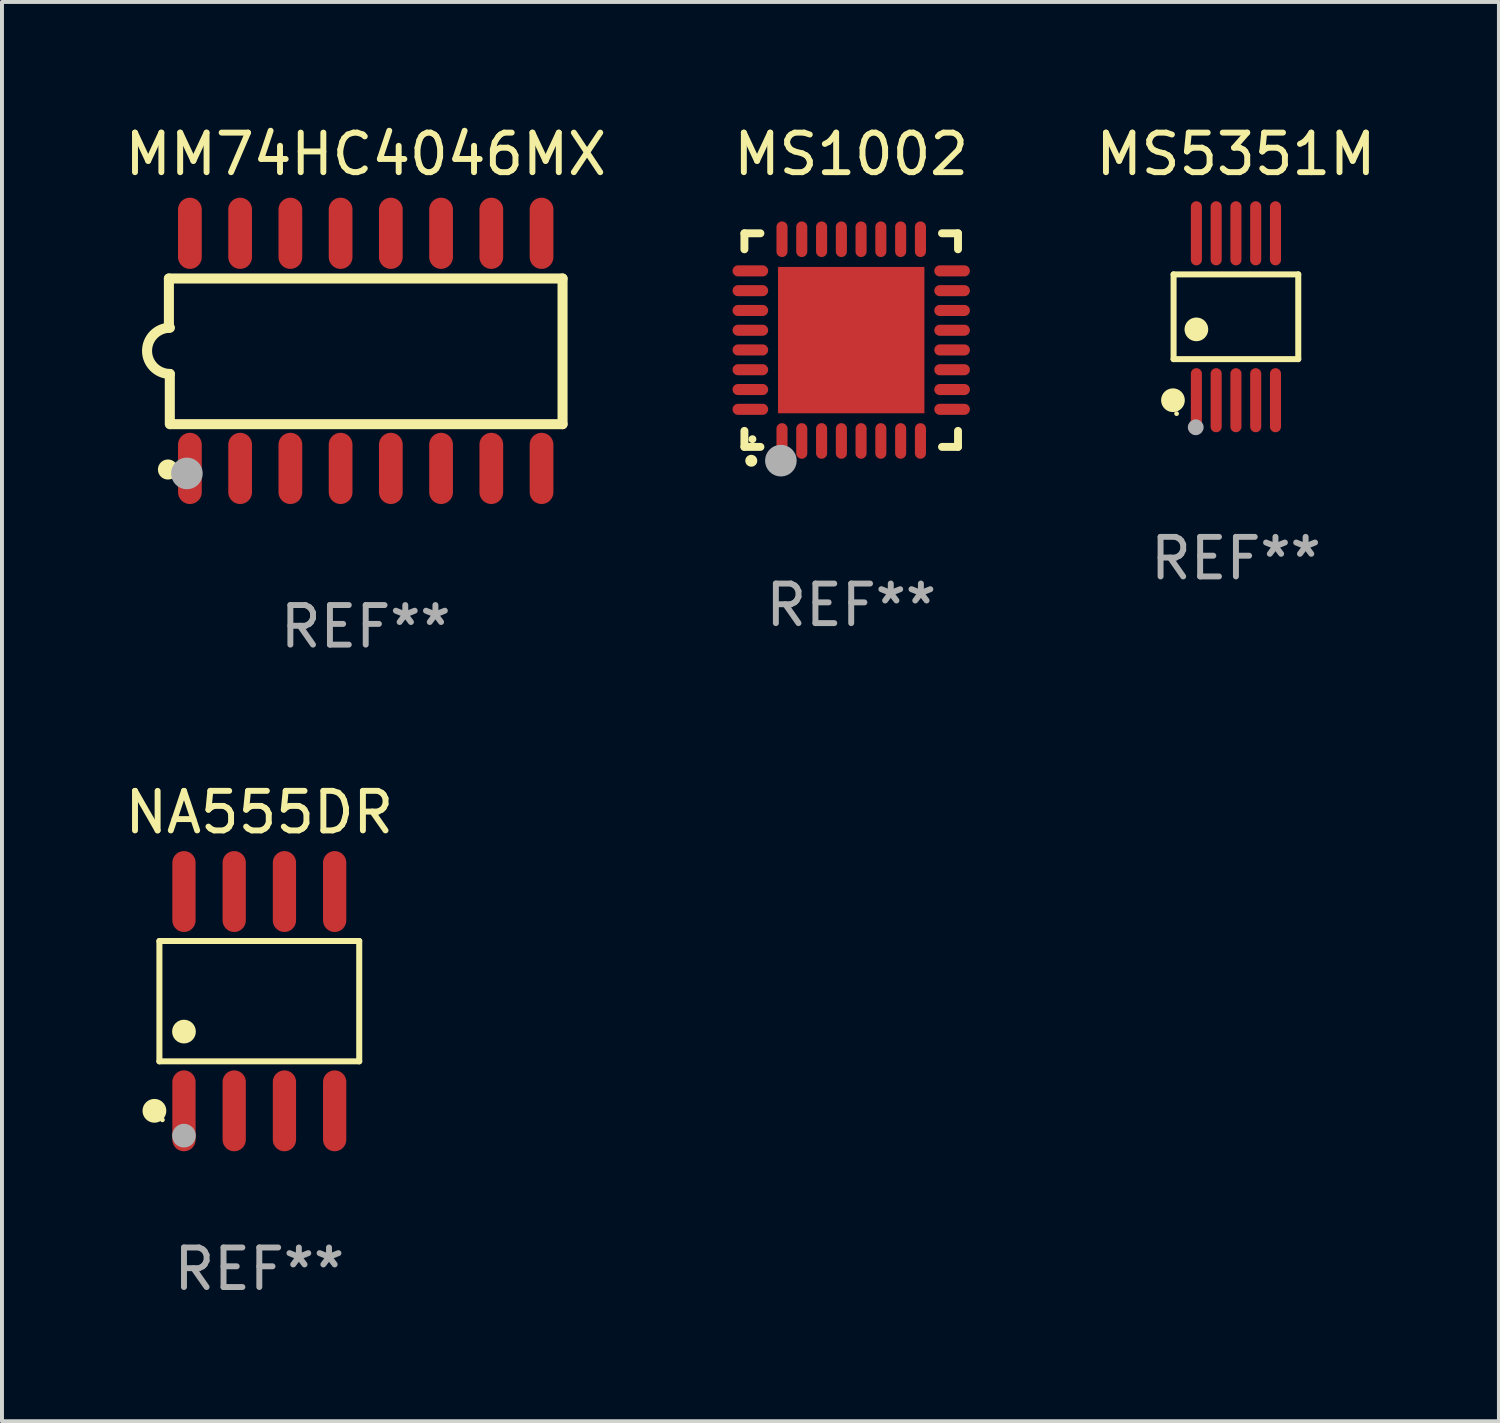
<source format=kicad_pcb>
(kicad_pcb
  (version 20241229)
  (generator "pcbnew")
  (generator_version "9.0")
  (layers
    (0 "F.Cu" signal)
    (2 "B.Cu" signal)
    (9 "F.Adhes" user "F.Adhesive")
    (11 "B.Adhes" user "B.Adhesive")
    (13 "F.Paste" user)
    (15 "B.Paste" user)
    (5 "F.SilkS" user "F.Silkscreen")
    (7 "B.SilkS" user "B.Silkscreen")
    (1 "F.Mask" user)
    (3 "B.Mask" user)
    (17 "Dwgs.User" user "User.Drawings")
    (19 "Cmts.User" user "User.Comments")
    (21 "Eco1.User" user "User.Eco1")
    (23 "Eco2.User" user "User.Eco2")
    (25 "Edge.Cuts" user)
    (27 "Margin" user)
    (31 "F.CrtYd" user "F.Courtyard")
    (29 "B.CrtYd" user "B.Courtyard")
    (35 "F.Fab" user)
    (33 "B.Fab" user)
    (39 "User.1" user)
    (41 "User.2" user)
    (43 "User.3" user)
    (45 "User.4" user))
  (footprint "NA555DR"
    (layer "F.Cu")
    (at 3.506 22.261)
    (property "Reference" "NA555DR" (at 0 -4.772 0) (layer "F.SilkS") (effects (font (size 1 1) (thickness 0.15))))
    (attr through_hole)
    (fp_line (start -2.526 -1.521) (end 2.526 -1.521) (stroke (width 0.152) (type solid)) (layer "F.SilkS"))
    (fp_line (start -2.526 1.521) (end -2.526 -1.521) (stroke (width 0.152) (type solid)) (layer "F.SilkS"))
    (fp_line (start 2.526 -1.521) (end 2.526 1.521) (stroke (width 0.152) (type solid)) (layer "F.SilkS"))
    (fp_line (start 2.526 1.521) (end -2.526 1.521) (stroke (width 0.152) (type solid)) (layer "F.SilkS"))
    (fp_circle (center -2.652 2.772) (end -2.501 2.772) (stroke (width 0.3) (type solid)) (fill no) (layer "F.SilkS"))
    (fp_circle (center -2.45 3) (end -2.42 3) (stroke (width 0.06) (type solid)) (fill no) (layer "F.SilkS"))
    (fp_circle (center -1.905 0.769) (end -1.755 0.769) (stroke (width 0.3) (type solid)) (fill no) (layer "F.SilkS"))
    (fp_circle (center -1.905 3.4) (end -1.755 3.4) (stroke (width 0.3) (type solid)) (fill no) (layer "F.Fab"))
    (fp_text user "REF**" (at 0 6.772 0) (layer "F.Fab") (effects (font (size 1 1) (thickness 0.15))))
    (pad "1" smd oval (at -1.905 2.772) (size 0.588 2.045) (layers "F.Cu" "F.Mask" "F.Paste"))
    (pad "2" smd oval (at -0.635 2.772) (size 0.588 2.045) (layers "F.Cu" "F.Mask" "F.Paste"))
    (pad "3" smd oval (at 0.635 2.772) (size 0.588 2.045) (layers "F.Cu" "F.Mask" "F.Paste"))
    (pad "4" smd oval (at 1.905 2.772) (size 0.588 2.045) (layers "F.Cu" "F.Mask" "F.Paste"))
    (pad "5" smd oval (at 1.905 -2.772) (size 0.588 2.045) (layers "F.Cu" "F.Mask" "F.Paste"))
    (pad "6" smd oval (at 0.635 -2.772) (size 0.588 2.045) (layers "F.Cu" "F.Mask" "F.Paste"))
    (pad "7" smd oval (at -0.635 -2.772) (size 0.588 2.045) (layers "F.Cu" "F.Mask" "F.Paste"))
    (pad "8" smd oval (at -1.905 -2.772) (size 0.588 2.045) (layers "F.Cu" "F.Mask" "F.Paste")))
  (footprint "MS1002"
    (layer "F.Cu")
    (at 18.47 5.548)
    (property "Reference" "MS1002" (at 0 -4.7 0) (layer "F.SilkS") (effects (font (size 1 1) (thickness 0.15))))
    (attr through_hole)
    (fp_line (start -2.7 -2.7) (end -2.295 -2.7) (stroke (width 0.2) (type solid)) (layer "F.SilkS"))
    (fp_line (start -2.7 -2.295) (end -2.7 -2.7) (stroke (width 0.2) (type solid)) (layer "F.SilkS"))
    (fp_line (start -2.7 2.7) (end -2.7 2.295) (stroke (width 0.2) (type solid)) (layer "F.SilkS"))
    (fp_line (start -2.295 2.7) (end -2.7 2.7) (stroke (width 0.2) (type solid)) (layer "F.SilkS"))
    (fp_line (start 2.295 2.7) (end 2.7 2.7) (stroke (width 0.2) (type solid)) (layer "F.SilkS"))
    (fp_line (start 2.7 -2.7) (end 2.295 -2.7) (stroke (width 0.2) (type solid)) (layer "F.SilkS"))
    (fp_line (start 2.7 -2.295) (end 2.7 -2.7) (stroke (width 0.2) (type solid)) (layer "F.SilkS"))
    (fp_line (start 2.7 2.7) (end 2.7 2.295) (stroke (width 0.2) (type solid)) (layer "F.SilkS"))
    (fp_arc (start -2.527889 3.050546) (mid -2.526619 3.050541) (end -2.525349 3.050546) (stroke (width 0.3) (type solid)) (layer "F.SilkS"))
    (fp_circle (center -2.497 2.505) (end -2.447 2.505) (stroke (width 0.1) (type solid)) (fill no) (layer "F.SilkS"))
    (fp_circle (center -1.778 3.048) (end -1.578 3.048) (stroke (width 0.4) (type solid)) (fill no) (layer "F.Fab"))
    (fp_text user "REF**" (at 0 6.7 0) (layer "F.Fab") (effects (font (size 1 1) (thickness 0.15))))
    (pad "1" smd oval (at -1.75 2.55) (size 0.28 0.9) (layers "F.Cu" "F.Mask" "F.Paste"))
    (pad "2" smd oval (at -1.25 2.55) (size 0.28 0.9) (layers "F.Cu" "F.Mask" "F.Paste"))
    (pad "3" smd oval (at -0.749 2.55) (size 0.28 0.9) (layers "F.Cu" "F.Mask" "F.Paste"))
    (pad "4" smd oval (at -0.249 2.55) (size 0.28 0.9) (layers "F.Cu" "F.Mask" "F.Paste"))
    (pad "5" smd oval (at 0.249 2.55) (size 0.28 0.9) (layers "F.Cu" "F.Mask" "F.Paste"))
    (pad "6" smd oval (at 0.749 2.55) (size 0.28 0.9) (layers "F.Cu" "F.Mask" "F.Paste"))
    (pad "7" smd oval (at 1.25 2.55) (size 0.28 0.9) (layers "F.Cu" "F.Mask" "F.Paste"))
    (pad "8" smd oval (at 1.75 2.55) (size 0.28 0.9) (layers "F.Cu" "F.Mask" "F.Paste"))
    (pad "9" smd oval (at 2.55 1.75) (size 0.9 0.28) (layers "F.Cu" "F.Mask" "F.Paste"))
    (pad "10" smd oval (at 2.55 1.25) (size 0.9 0.28) (layers "F.Cu" "F.Mask" "F.Paste"))
    (pad "11" smd oval (at 2.55 0.749) (size 0.9 0.28) (layers "F.Cu" "F.Mask" "F.Paste"))
    (pad "12" smd oval (at 2.55 0.249) (size 0.9 0.28) (layers "F.Cu" "F.Mask" "F.Paste"))
    (pad "13" smd oval (at 2.55 -0.249) (size 0.9 0.28) (layers "F.Cu" "F.Mask" "F.Paste"))
    (pad "14" smd oval (at 2.55 -0.749) (size 0.9 0.28) (layers "F.Cu" "F.Mask" "F.Paste"))
    (pad "15" smd oval (at 2.55 -1.25) (size 0.9 0.28) (layers "F.Cu" "F.Mask" "F.Paste"))
    (pad "16" smd oval (at 2.55 -1.75) (size 0.9 0.28) (layers "F.Cu" "F.Mask" "F.Paste"))
    (pad "17" smd oval (at 1.75 -2.55) (size 0.28 0.9) (layers "F.Cu" "F.Mask" "F.Paste"))
    (pad "18" smd oval (at 1.25 -2.55) (size 0.28 0.9) (layers "F.Cu" "F.Mask" "F.Paste"))
    (pad "19" smd oval (at 0.749 -2.55) (size 0.28 0.9) (layers "F.Cu" "F.Mask" "F.Paste"))
    (pad "20" smd oval (at 0.249 -2.55) (size 0.28 0.9) (layers "F.Cu" "F.Mask" "F.Paste"))
    (pad "21" smd oval (at -0.249 -2.55) (size 0.28 0.9) (layers "F.Cu" "F.Mask" "F.Paste"))
    (pad "22" smd oval (at -0.749 -2.55) (size 0.28 0.9) (layers "F.Cu" "F.Mask" "F.Paste"))
    (pad "23" smd oval (at -1.25 -2.55) (size 0.28 0.9) (layers "F.Cu" "F.Mask" "F.Paste"))
    (pad "24" smd oval (at -1.75 -2.55) (size 0.28 0.9) (layers "F.Cu" "F.Mask" "F.Paste"))
    (pad "25" smd oval (at -2.55 -1.75) (size 0.9 0.28) (layers "F.Cu" "F.Mask" "F.Paste"))
    (pad "26" smd oval (at -2.55 -1.25) (size 0.9 0.28) (layers "F.Cu" "F.Mask" "F.Paste"))
    (pad "27" smd oval (at -2.55 -0.749) (size 0.9 0.28) (layers "F.Cu" "F.Mask" "F.Paste"))
    (pad "28" smd oval (at -2.55 -0.249) (size 0.9 0.28) (layers "F.Cu" "F.Mask" "F.Paste"))
    (pad "29" smd oval (at -2.55 0.249) (size 0.9 0.28) (layers "F.Cu" "F.Mask" "F.Paste"))
    (pad "30" smd oval (at -2.55 0.749) (size 0.9 0.28) (layers "F.Cu" "F.Mask" "F.Paste"))
    (pad "31" smd oval (at -2.55 1.25) (size 0.9 0.28) (layers "F.Cu" "F.Mask" "F.Paste"))
    (pad "32" smd oval (at -2.55 1.75) (size 0.9 0.28) (layers "F.Cu" "F.Mask" "F.Paste"))
    (pad "33" smd rect (at 0.000076 0.000076) (size 3.7 3.7) (layers "F.Cu" "F.Mask" "F.Paste")))
  (footprint "MM74HC4046MX"
    (layer "F.Cu")
    (at 6.196 5.82)
    (property "Reference" "MM74HC4046MX" (at 0 -4.972 0) (layer "F.SilkS") (effects (font (size 1 1) (thickness 0.15))))
    (attr through_hole)
    (fp_line (start -4.976 -1.829) (end -4.976 -0.584) (stroke (width 0.254) (type solid)) (layer "F.SilkS"))
    (fp_line (start -4.953 0.584) (end -4.953 1.854) (stroke (width 0.254) (type solid)) (layer "F.SilkS"))
    (fp_line (start -4.928 1.854) (end 4.976 1.854) (stroke (width 0.254) (type solid)) (layer "F.SilkS"))
    (fp_line (start 4.976 -1.829) (end -4.976 -1.829) (stroke (width 0.254) (type solid)) (layer "F.SilkS"))
    (fp_line (start 4.976 1.854) (end 4.976 -1.829) (stroke (width 0.254) (type solid)) (layer "F.SilkS"))
    (fp_arc (start -4.95301 0.584201) (mid -5.533866 -0.00152) (end -4.950088 -0.584329) (stroke (width 0.254001) (type solid)) (layer "F.SilkS"))
    (fp_circle (center -5 3) (end -4.873 3) (stroke (width 0.254) (type solid)) (fill no) (layer "F.SilkS"))
    (fp_circle (center -4.521 3.099) (end -4.321 3.099) (stroke (width 0.4) (type solid)) (fill no) (layer "F.Fab"))
    (fp_text user "REF**" (at 0 6.972 0) (layer "F.Fab") (effects (font (size 1 1) (thickness 0.15))))
    (pad "1" smd oval (at -4.445 2.972 180) (size 0.6 1.8) (layers "F.Cu" "F.Mask" "F.Paste"))
    (pad "2" smd oval (at -3.175 2.972 180) (size 0.6 1.8) (layers "F.Cu" "F.Mask" "F.Paste"))
    (pad "3" smd oval (at -1.905 2.972 180) (size 0.6 1.8) (layers "F.Cu" "F.Mask" "F.Paste"))
    (pad "4" smd oval (at -0.635 2.972 180) (size 0.6 1.8) (layers "F.Cu" "F.Mask" "F.Paste"))
    (pad "5" smd oval (at 0.635 2.972 180) (size 0.6 1.8) (layers "F.Cu" "F.Mask" "F.Paste"))
    (pad "6" smd oval (at 1.905 2.972 180) (size 0.6 1.8) (layers "F.Cu" "F.Mask" "F.Paste"))
    (pad "7" smd oval (at 3.175 2.972 180) (size 0.6 1.8) (layers "F.Cu" "F.Mask" "F.Paste"))
    (pad "8" smd oval (at 4.445 2.972 180) (size 0.6 1.8) (layers "F.Cu" "F.Mask" "F.Paste"))
    (pad "9" smd oval (at 4.445 -2.972 180) (size 0.6 1.8) (layers "F.Cu" "F.Mask" "F.Paste"))
    (pad "10" smd oval (at 3.175 -2.972 180) (size 0.6 1.8) (layers "F.Cu" "F.Mask" "F.Paste"))
    (pad "11" smd oval (at 1.905 -2.972 180) (size 0.6 1.8) (layers "F.Cu" "F.Mask" "F.Paste"))
    (pad "12" smd oval (at 0.635 -2.972 180) (size 0.6 1.8) (layers "F.Cu" "F.Mask" "F.Paste"))
    (pad "13" smd oval (at -0.635 -2.972 180) (size 0.6 1.8) (layers "F.Cu" "F.Mask" "F.Paste"))
    (pad "14" smd oval (at -1.905 -2.972 180) (size 0.6 1.8) (layers "F.Cu" "F.Mask" "F.Paste"))
    (pad "15" smd oval (at -3.175 -2.972 180) (size 0.6 1.8) (layers "F.Cu" "F.Mask" "F.Paste"))
    (pad "16" smd oval (at -4.445 -2.972 180) (size 0.6 1.8) (layers "F.Cu" "F.Mask" "F.Paste")))
  (footprint "MS5351M"
    (layer "F.Cu")
    (at 28.196 4.958)
    (property "Reference" "MS5351M" (at 0 -4.11 0) (layer "F.SilkS") (effects (font (size 1 1) (thickness 0.15))))
    (attr through_hole)
    (fp_line (start -1.576 -1.071) (end 1.576 -1.071) (stroke (width 0.152) (type solid)) (layer "F.SilkS"))
    (fp_line (start -1.576 1.071) (end -1.576 -1.071) (stroke (width 0.152) (type solid)) (layer "F.SilkS"))
    (fp_line (start 1.576 -1.071) (end 1.576 1.071) (stroke (width 0.152) (type solid)) (layer "F.SilkS"))
    (fp_line (start 1.576 1.071) (end -1.576 1.071) (stroke (width 0.152) (type solid)) (layer "F.SilkS"))
    (fp_circle (center -1.592 2.11) (end -1.442 2.11) (stroke (width 0.3) (type solid)) (fill no) (layer "F.SilkS"))
    (fp_circle (center -1.5 2.45) (end -1.47 2.45) (stroke (width 0.06) (type solid)) (fill no) (layer "F.SilkS"))
    (fp_circle (center -1 0.319) (end -0.85 0.319) (stroke (width 0.3) (type solid)) (fill no) (layer "F.SilkS"))
    (fp_circle (center -1.016 2.794) (end -0.916 2.794) (stroke (width 0.2) (type solid)) (fill no) (layer "F.Fab"))
    (fp_text user "REF**" (at 0 6.11 0) (layer "F.Fab") (effects (font (size 1 1) (thickness 0.15))))
    (pad "1" smd oval (at -1 2.11) (size 0.28 1.62) (layers "F.Cu" "F.Mask" "F.Paste"))
    (pad "2" smd oval (at -0.5 2.11) (size 0.28 1.62) (layers "F.Cu" "F.Mask" "F.Paste"))
    (pad "3" smd oval (at 0 2.11) (size 0.28 1.62) (layers "F.Cu" "F.Mask" "F.Paste"))
    (pad "4" smd oval (at 0.5 2.11) (size 0.28 1.62) (layers "F.Cu" "F.Mask" "F.Paste"))
    (pad "5" smd oval (at 1 2.11) (size 0.28 1.62) (layers "F.Cu" "F.Mask" "F.Paste"))
    (pad "6" smd oval (at 1 -2.11) (size 0.28 1.62) (layers "F.Cu" "F.Mask" "F.Paste"))
    (pad "7" smd oval (at 0.5 -2.11) (size 0.28 1.62) (layers "F.Cu" "F.Mask" "F.Paste"))
    (pad "8" smd oval (at 0 -2.11) (size 0.28 1.62) (layers "F.Cu" "F.Mask" "F.Paste"))
    (pad "9" smd oval (at -0.5 -2.11) (size 0.28 1.62) (layers "F.Cu" "F.Mask" "F.Paste"))
    (pad "10" smd oval (at -1 -2.11) (size 0.28 1.62) (layers "F.Cu" "F.Mask" "F.Paste")))
  (gr_rect
    (start -3 -3)
    (end 34.845 32.881)
    (stroke (width 0.1) (type default))
    (fill no)
    (layer "Edge.Cuts")))
</source>
